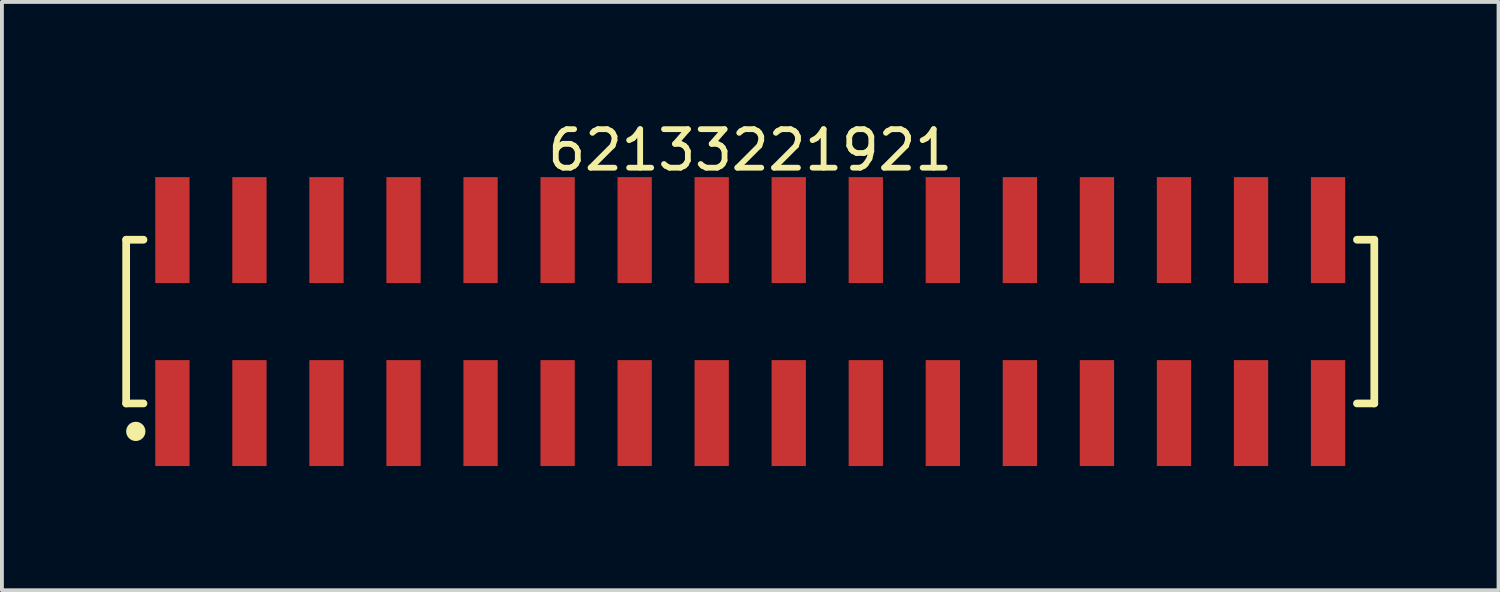
<source format=kicad_pcb>
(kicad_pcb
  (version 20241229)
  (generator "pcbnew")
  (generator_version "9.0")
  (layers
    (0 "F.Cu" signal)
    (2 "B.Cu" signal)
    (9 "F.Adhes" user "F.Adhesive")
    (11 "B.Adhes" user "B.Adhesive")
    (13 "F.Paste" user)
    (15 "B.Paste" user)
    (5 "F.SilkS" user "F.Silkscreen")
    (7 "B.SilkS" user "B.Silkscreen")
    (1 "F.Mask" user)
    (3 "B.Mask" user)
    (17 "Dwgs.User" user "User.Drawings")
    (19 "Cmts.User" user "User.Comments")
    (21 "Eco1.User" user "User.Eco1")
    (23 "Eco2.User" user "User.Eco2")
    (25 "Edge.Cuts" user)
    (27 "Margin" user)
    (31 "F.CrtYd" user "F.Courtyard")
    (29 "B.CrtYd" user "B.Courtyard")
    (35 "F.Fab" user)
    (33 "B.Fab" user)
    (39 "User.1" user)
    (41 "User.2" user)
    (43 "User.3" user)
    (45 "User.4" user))
  (footprint "62133221921"
    (layer "F.Cu")
    (at 16.425 5.298)
    (property "Reference" "62133221921" (at 0 -4.45 0) (layer "F.SilkS") (effects (font (size 1 1) (thickness 0.15))))
    (fp_line (start -16.2 -2.125) (end -15.75 -2.125) (stroke (width 0.2) (type solid)) (layer "F.SilkS"))
    (fp_line (start -16.2 2.125) (end -16.2 -2.125) (stroke (width 0.2) (type solid)) (layer "F.SilkS"))
    (fp_line (start -16.2 2.125) (end -15.75 2.125) (stroke (width 0.2) (type solid)) (layer "F.SilkS"))
    (fp_line (start 15.75 -2.125) (end 16.2 -2.125) (stroke (width 0.2) (type solid)) (layer "F.SilkS"))
    (fp_line (start 15.75 2.125) (end 16.2 2.125) (stroke (width 0.2) (type solid)) (layer "F.SilkS"))
    (fp_line (start 16.2 2.125) (end 16.2 -2.125) (stroke (width 0.2) (type solid)) (layer "F.SilkS"))
    (fp_circle (center -15.95 2.85) (end -15.95 2.725) (stroke (width 0.25) (type solid)) (fill no) (layer "F.SilkS"))
    (fp_line (start -16.4 -3.95) (end 16.4 -3.95) (stroke (width 0.05) (type solid)) (layer "Eco2.User"))
    (fp_line (start -16.4 3.95) (end -16.4 -3.95) (stroke (width 0.05) (type solid)) (layer "Eco2.User"))
    (fp_line (start -16.4 3.95) (end 16.4 3.95) (stroke (width 0.05) (type solid)) (layer "Eco2.User"))
    (fp_line (start -16 -2) (end 16 -2) (stroke (width 0.1) (type solid)) (layer "Eco2.User"))
    (fp_line (start -16 2) (end -16 -2) (stroke (width 0.1) (type solid)) (layer "Eco2.User"))
    (fp_line (start -16 2) (end 16 2) (stroke (width 0.1) (type solid)) (layer "Eco2.User"))
    (fp_line (start -15.25 -3.1) (end -14.75 -3.1) (stroke (width 0.1) (type solid)) (layer "Eco2.User"))
    (fp_line (start -15.25 -2) (end -15.25 -3.1) (stroke (width 0.1) (type solid)) (layer "Eco2.User"))
    (fp_line (start -15.25 3.1) (end -15.25 2) (stroke (width 0.1) (type solid)) (layer "Eco2.User"))
    (fp_line (start -15.25 3.1) (end -14.75 3.1) (stroke (width 0.1) (type solid)) (layer "Eco2.User"))
    (fp_line (start -14.75 -2) (end -14.75 -3.1) (stroke (width 0.1) (type solid)) (layer "Eco2.User"))
    (fp_line (start -14.75 3.1) (end -14.75 2) (stroke (width 0.1) (type solid)) (layer "Eco2.User"))
    (fp_line (start -13.25 -3.1) (end -12.75 -3.1) (stroke (width 0.1) (type solid)) (layer "Eco2.User"))
    (fp_line (start -13.25 -2) (end -13.25 -3.1) (stroke (width 0.1) (type solid)) (layer "Eco2.User"))
    (fp_line (start -13.25 3.1) (end -13.25 2) (stroke (width 0.1) (type solid)) (layer "Eco2.User"))
    (fp_line (start -13.25 3.1) (end -12.75 3.1) (stroke (width 0.1) (type solid)) (layer "Eco2.User"))
    (fp_line (start -12.75 -2) (end -12.75 -3.1) (stroke (width 0.1) (type solid)) (layer "Eco2.User"))
    (fp_line (start -12.75 3.1) (end -12.75 2) (stroke (width 0.1) (type solid)) (layer "Eco2.User"))
    (fp_line (start -11.25 -3.1) (end -10.75 -3.1) (stroke (width 0.1) (type solid)) (layer "Eco2.User"))
    (fp_line (start -11.25 -2) (end -11.25 -3.1) (stroke (width 0.1) (type solid)) (layer "Eco2.User"))
    (fp_line (start -11.25 3.1) (end -11.25 2) (stroke (width 0.1) (type solid)) (layer "Eco2.User"))
    (fp_line (start -11.25 3.1) (end -10.75 3.1) (stroke (width 0.1) (type solid)) (layer "Eco2.User"))
    (fp_line (start -10.75 -2) (end -10.75 -3.1) (stroke (width 0.1) (type solid)) (layer "Eco2.User"))
    (fp_line (start -10.75 3.1) (end -10.75 2) (stroke (width 0.1) (type solid)) (layer "Eco2.User"))
    (fp_line (start -9.25 -3.1) (end -8.75 -3.1) (stroke (width 0.1) (type solid)) (layer "Eco2.User"))
    (fp_line (start -9.25 -2) (end -9.25 -3.1) (stroke (width 0.1) (type solid)) (layer "Eco2.User"))
    (fp_line (start -9.25 3.1) (end -9.25 2) (stroke (width 0.1) (type solid)) (layer "Eco2.User"))
    (fp_line (start -9.25 3.1) (end -8.75 3.1) (stroke (width 0.1) (type solid)) (layer "Eco2.User"))
    (fp_line (start -8.75 -2) (end -8.75 -3.1) (stroke (width 0.1) (type solid)) (layer "Eco2.User"))
    (fp_line (start -8.75 3.1) (end -8.75 2) (stroke (width 0.1) (type solid)) (layer "Eco2.User"))
    (fp_line (start -7.25 -3.1) (end -6.75 -3.1) (stroke (width 0.1) (type solid)) (layer "Eco2.User"))
    (fp_line (start -7.25 -2) (end -7.25 -3.1) (stroke (width 0.1) (type solid)) (layer "Eco2.User"))
    (fp_line (start -7.25 3.1) (end -7.25 2) (stroke (width 0.1) (type solid)) (layer "Eco2.User"))
    (fp_line (start -7.25 3.1) (end -6.75 3.1) (stroke (width 0.1) (type solid)) (layer "Eco2.User"))
    (fp_line (start -6.75 -2) (end -6.75 -3.1) (stroke (width 0.1) (type solid)) (layer "Eco2.User"))
    (fp_line (start -6.75 3.1) (end -6.75 2) (stroke (width 0.1) (type solid)) (layer "Eco2.User"))
    (fp_line (start -5.25 -3.1) (end -4.75 -3.1) (stroke (width 0.1) (type solid)) (layer "Eco2.User"))
    (fp_line (start -5.25 -2) (end -5.25 -3.1) (stroke (width 0.1) (type solid)) (layer "Eco2.User"))
    (fp_line (start -5.25 3.1) (end -5.25 2) (stroke (width 0.1) (type solid)) (layer "Eco2.User"))
    (fp_line (start -5.25 3.1) (end -4.75 3.1) (stroke (width 0.1) (type solid)) (layer "Eco2.User"))
    (fp_line (start -4.75 -2) (end -4.75 -3.1) (stroke (width 0.1) (type solid)) (layer "Eco2.User"))
    (fp_line (start -4.75 3.1) (end -4.75 2) (stroke (width 0.1) (type solid)) (layer "Eco2.User"))
    (fp_line (start -3.25 -3.1) (end -2.75 -3.1) (stroke (width 0.1) (type solid)) (layer "Eco2.User"))
    (fp_line (start -3.25 -2) (end -3.25 -3.1) (stroke (width 0.1) (type solid)) (layer "Eco2.User"))
    (fp_line (start -3.25 3.1) (end -3.25 2) (stroke (width 0.1) (type solid)) (layer "Eco2.User"))
    (fp_line (start -3.25 3.1) (end -2.75 3.1) (stroke (width 0.1) (type solid)) (layer "Eco2.User"))
    (fp_line (start -2.75 -2) (end -2.75 -3.1) (stroke (width 0.1) (type solid)) (layer "Eco2.User"))
    (fp_line (start -2.75 3.1) (end -2.75 2) (stroke (width 0.1) (type solid)) (layer "Eco2.User"))
    (fp_line (start -1.25 -3.1) (end -0.75 -3.1) (stroke (width 0.1) (type solid)) (layer "Eco2.User"))
    (fp_line (start -1.25 -2) (end -1.25 -3.1) (stroke (width 0.1) (type solid)) (layer "Eco2.User"))
    (fp_line (start -1.25 3.1) (end -1.25 2) (stroke (width 0.1) (type solid)) (layer "Eco2.User"))
    (fp_line (start -1.25 3.1) (end -0.75 3.1) (stroke (width 0.1) (type solid)) (layer "Eco2.User"))
    (fp_line (start -0.75 -2) (end -0.75 -3.1) (stroke (width 0.1) (type solid)) (layer "Eco2.User"))
    (fp_line (start -0.75 3.1) (end -0.75 2) (stroke (width 0.1) (type solid)) (layer "Eco2.User"))
    (fp_line (start -0.5 0) (end 0.5 0) (stroke (width 0.05) (type solid)) (layer "Eco2.User"))
    (fp_line (start 0 0.5) (end 0 -0.5) (stroke (width 0.05) (type solid)) (layer "Eco2.User"))
    (fp_line (start 0.75 -3.1) (end 1.25 -3.1) (stroke (width 0.1) (type solid)) (layer "Eco2.User"))
    (fp_line (start 0.75 -2) (end 0.75 -3.1) (stroke (width 0.1) (type solid)) (layer "Eco2.User"))
    (fp_line (start 0.75 3.1) (end 0.75 2) (stroke (width 0.1) (type solid)) (layer "Eco2.User"))
    (fp_line (start 0.75 3.1) (end 1.25 3.1) (stroke (width 0.1) (type solid)) (layer "Eco2.User"))
    (fp_line (start 1.25 -2) (end 1.25 -3.1) (stroke (width 0.1) (type solid)) (layer "Eco2.User"))
    (fp_line (start 1.25 3.1) (end 1.25 2) (stroke (width 0.1) (type solid)) (layer "Eco2.User"))
    (fp_line (start 2.75 -3.1) (end 3.25 -3.1) (stroke (width 0.1) (type solid)) (layer "Eco2.User"))
    (fp_line (start 2.75 -2) (end 2.75 -3.1) (stroke (width 0.1) (type solid)) (layer "Eco2.User"))
    (fp_line (start 2.75 3.1) (end 2.75 2) (stroke (width 0.1) (type solid)) (layer "Eco2.User"))
    (fp_line (start 2.75 3.1) (end 3.25 3.1) (stroke (width 0.1) (type solid)) (layer "Eco2.User"))
    (fp_line (start 3.25 -2) (end 3.25 -3.1) (stroke (width 0.1) (type solid)) (layer "Eco2.User"))
    (fp_line (start 3.25 3.1) (end 3.25 2) (stroke (width 0.1) (type solid)) (layer "Eco2.User"))
    (fp_line (start 4.75 -3.1) (end 5.25 -3.1) (stroke (width 0.1) (type solid)) (layer "Eco2.User"))
    (fp_line (start 4.75 -2) (end 4.75 -3.1) (stroke (width 0.1) (type solid)) (layer "Eco2.User"))
    (fp_line (start 4.75 3.1) (end 4.75 2) (stroke (width 0.1) (type solid)) (layer "Eco2.User"))
    (fp_line (start 4.75 3.1) (end 5.25 3.1) (stroke (width 0.1) (type solid)) (layer "Eco2.User"))
    (fp_line (start 5.25 -2) (end 5.25 -3.1) (stroke (width 0.1) (type solid)) (layer "Eco2.User"))
    (fp_line (start 5.25 3.1) (end 5.25 2) (stroke (width 0.1) (type solid)) (layer "Eco2.User"))
    (fp_line (start 6.75 -3.1) (end 7.25 -3.1) (stroke (width 0.1) (type solid)) (layer "Eco2.User"))
    (fp_line (start 6.75 -2) (end 6.75 -3.1) (stroke (width 0.1) (type solid)) (layer "Eco2.User"))
    (fp_line (start 6.75 3.1) (end 6.75 2) (stroke (width 0.1) (type solid)) (layer "Eco2.User"))
    (fp_line (start 6.75 3.1) (end 7.25 3.1) (stroke (width 0.1) (type solid)) (layer "Eco2.User"))
    (fp_line (start 7.25 -2) (end 7.25 -3.1) (stroke (width 0.1) (type solid)) (layer "Eco2.User"))
    (fp_line (start 7.25 3.1) (end 7.25 2) (stroke (width 0.1) (type solid)) (layer "Eco2.User"))
    (fp_line (start 8.75 -3.1) (end 9.25 -3.1) (stroke (width 0.1) (type solid)) (layer "Eco2.User"))
    (fp_line (start 8.75 -2) (end 8.75 -3.1) (stroke (width 0.1) (type solid)) (layer "Eco2.User"))
    (fp_line (start 8.75 3.1) (end 8.75 2) (stroke (width 0.1) (type solid)) (layer "Eco2.User"))
    (fp_line (start 8.75 3.1) (end 9.25 3.1) (stroke (width 0.1) (type solid)) (layer "Eco2.User"))
    (fp_line (start 9.25 -2) (end 9.25 -3.1) (stroke (width 0.1) (type solid)) (layer "Eco2.User"))
    (fp_line (start 9.25 3.1) (end 9.25 2) (stroke (width 0.1) (type solid)) (layer "Eco2.User"))
    (fp_line (start 10.75 -3.1) (end 11.25 -3.1) (stroke (width 0.1) (type solid)) (layer "Eco2.User"))
    (fp_line (start 10.75 -2) (end 10.75 -3.1) (stroke (width 0.1) (type solid)) (layer "Eco2.User"))
    (fp_line (start 10.75 3.1) (end 10.75 2) (stroke (width 0.1) (type solid)) (layer "Eco2.User"))
    (fp_line (start 10.75 3.1) (end 11.25 3.1) (stroke (width 0.1) (type solid)) (layer "Eco2.User"))
    (fp_line (start 11.25 -2) (end 11.25 -3.1) (stroke (width 0.1) (type solid)) (layer "Eco2.User"))
    (fp_line (start 11.25 3.1) (end 11.25 2) (stroke (width 0.1) (type solid)) (layer "Eco2.User"))
    (fp_line (start 12.75 -3.1) (end 13.25 -3.1) (stroke (width 0.1) (type solid)) (layer "Eco2.User"))
    (fp_line (start 12.75 -2) (end 12.75 -3.1) (stroke (width 0.1) (type solid)) (layer "Eco2.User"))
    (fp_line (start 12.75 3.1) (end 12.75 2) (stroke (width 0.1) (type solid)) (layer "Eco2.User"))
    (fp_line (start 12.75 3.1) (end 13.25 3.1) (stroke (width 0.1) (type solid)) (layer "Eco2.User"))
    (fp_line (start 13.25 -2) (end 13.25 -3.1) (stroke (width 0.1) (type solid)) (layer "Eco2.User"))
    (fp_line (start 13.25 3.1) (end 13.25 2) (stroke (width 0.1) (type solid)) (layer "Eco2.User"))
    (fp_line (start 14.75 -3.1) (end 15.25 -3.1) (stroke (width 0.1) (type solid)) (layer "Eco2.User"))
    (fp_line (start 14.75 -2) (end 14.75 -3.1) (stroke (width 0.1) (type solid)) (layer "Eco2.User"))
    (fp_line (start 14.75 3.1) (end 14.75 2) (stroke (width 0.1) (type solid)) (layer "Eco2.User"))
    (fp_line (start 14.75 3.1) (end 15.25 3.1) (stroke (width 0.1) (type solid)) (layer "Eco2.User"))
    (fp_line (start 15.25 -2) (end 15.25 -3.1) (stroke (width 0.1) (type solid)) (layer "Eco2.User"))
    (fp_line (start 15.25 3.1) (end 15.25 2) (stroke (width 0.1) (type solid)) (layer "Eco2.User"))
    (fp_line (start 16 2) (end 16 -2) (stroke (width 0.1) (type solid)) (layer "Eco2.User"))
    (fp_line (start 16.4 3.95) (end 16.4 -3.95) (stroke (width 0.05) (type solid)) (layer "Eco2.User"))
    (fp_text user "${REFERENCE}" (at 0.15 -0.197 0) (unlocked yes) (layer "User.3") (effects (font (size 1.5 1.5) (thickness 0.15))))
    (pad "1" smd rect (at -15 2.375) (size 0.89 2.75) (layers "F.Cu" "F.Mask" "F.Paste"))
    (pad "2" smd rect (at -15 -2.375) (size 0.89 2.75) (layers "F.Cu" "F.Mask" "F.Paste"))
    (pad "3" smd rect (at -13 2.375) (size 0.89 2.75) (layers "F.Cu" "F.Mask" "F.Paste"))
    (pad "4" smd rect (at -13 -2.375) (size 0.89 2.75) (layers "F.Cu" "F.Mask" "F.Paste"))
    (pad "5" smd rect (at -11 2.375) (size 0.89 2.75) (layers "F.Cu" "F.Mask" "F.Paste"))
    (pad "6" smd rect (at -11 -2.375) (size 0.89 2.75) (layers "F.Cu" "F.Mask" "F.Paste"))
    (pad "7" smd rect (at -9 2.375) (size 0.89 2.75) (layers "F.Cu" "F.Mask" "F.Paste"))
    (pad "8" smd rect (at -9 -2.375) (size 0.89 2.75) (layers "F.Cu" "F.Mask" "F.Paste"))
    (pad "9" smd rect (at -7 2.375) (size 0.89 2.75) (layers "F.Cu" "F.Mask" "F.Paste"))
    (pad "10" smd rect (at -7 -2.375) (size 0.89 2.75) (layers "F.Cu" "F.Mask" "F.Paste"))
    (pad "11" smd rect (at -5 2.375) (size 0.89 2.75) (layers "F.Cu" "F.Mask" "F.Paste"))
    (pad "12" smd rect (at -5 -2.375) (size 0.89 2.75) (layers "F.Cu" "F.Mask" "F.Paste"))
    (pad "13" smd rect (at -3 2.375) (size 0.89 2.75) (layers "F.Cu" "F.Mask" "F.Paste"))
    (pad "14" smd rect (at -3 -2.375) (size 0.89 2.75) (layers "F.Cu" "F.Mask" "F.Paste"))
    (pad "15" smd rect (at -1 2.375) (size 0.89 2.75) (layers "F.Cu" "F.Mask" "F.Paste"))
    (pad "16" smd rect (at -1 -2.375) (size 0.89 2.75) (layers "F.Cu" "F.Mask" "F.Paste"))
    (pad "17" smd rect (at 1 2.375) (size 0.89 2.75) (layers "F.Cu" "F.Mask" "F.Paste"))
    (pad "18" smd rect (at 1 -2.375) (size 0.89 2.75) (layers "F.Cu" "F.Mask" "F.Paste"))
    (pad "19" smd rect (at 3 2.375) (size 0.89 2.75) (layers "F.Cu" "F.Mask" "F.Paste"))
    (pad "20" smd rect (at 3 -2.375) (size 0.89 2.75) (layers "F.Cu" "F.Mask" "F.Paste"))
    (pad "21" smd rect (at 5 2.375) (size 0.89 2.75) (layers "F.Cu" "F.Mask" "F.Paste"))
    (pad "22" smd rect (at 5 -2.375) (size 0.89 2.75) (layers "F.Cu" "F.Mask" "F.Paste"))
    (pad "23" smd rect (at 7 2.375) (size 0.89 2.75) (layers "F.Cu" "F.Mask" "F.Paste"))
    (pad "24" smd rect (at 7 -2.375) (size 0.89 2.75) (layers "F.Cu" "F.Mask" "F.Paste"))
    (pad "25" smd rect (at 9 2.375) (size 0.89 2.75) (layers "F.Cu" "F.Mask" "F.Paste"))
    (pad "26" smd rect (at 9 -2.375) (size 0.89 2.75) (layers "F.Cu" "F.Mask" "F.Paste"))
    (pad "27" smd rect (at 11 2.375) (size 0.89 2.75) (layers "F.Cu" "F.Mask" "F.Paste"))
    (pad "28" smd rect (at 11 -2.375) (size 0.89 2.75) (layers "F.Cu" "F.Mask" "F.Paste"))
    (pad "29" smd rect (at 13 2.375) (size 0.89 2.75) (layers "F.Cu" "F.Mask" "F.Paste"))
    (pad "30" smd rect (at 13 -2.375) (size 0.89 2.75) (layers "F.Cu" "F.Mask" "F.Paste"))
    (pad "31" smd rect (at 15 2.375) (size 0.89 2.75) (layers "F.Cu" "F.Mask" "F.Paste"))
    (pad "32" smd rect (at 15 -2.375) (size 0.89 2.75) (layers "F.Cu" "F.Mask" "F.Paste")))
  (gr_rect
    (start -3 -3)
    (end 35.85 12.273)
    (stroke (width 0.1) (type default))
    (fill no)
    (layer "Edge.Cuts")))
</source>
